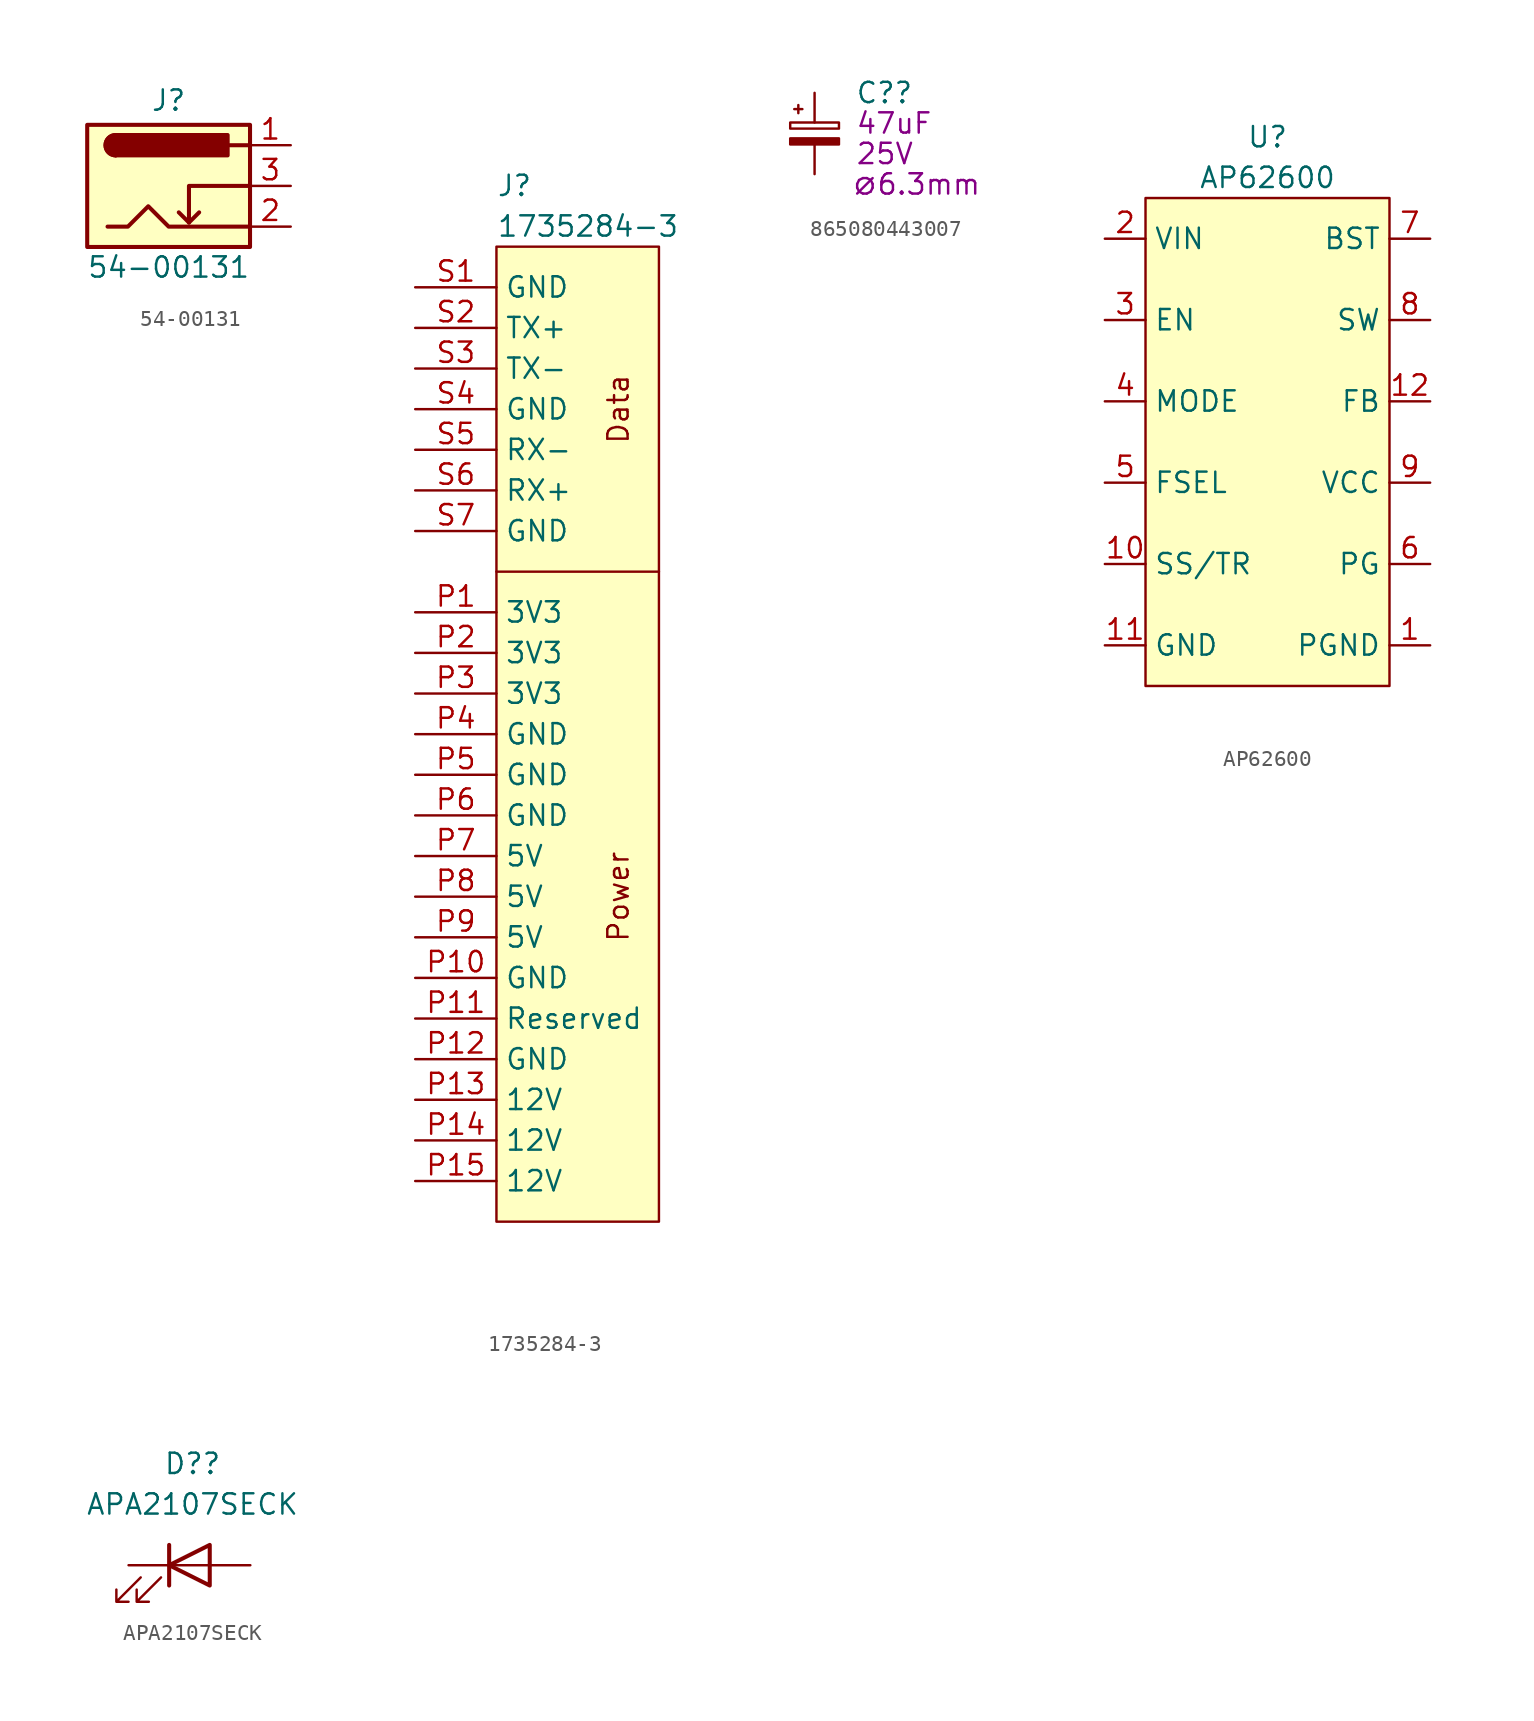
<source format=kicad_sym>
(kicad_symbol_lib
  (version 20201005)
  (generator kicad_symbol_editor)
  (symbol "PintryParts-Symbols:54-00131"
    (pin_names hide)
    (property "Reference" "J"
      (at 0 5.334 0)
      (effects (font (size 1.27 1.27))))
    (property "Value" "54-00131"
      (at 0 -5.08 0)
      (effects (font (size 1.27 1.27))))
    (symbol "54-00131_0_1"
      (arc (start -3.302 3.175) (end -3.302 1.905) (radius (at -3.302 2.54) (length 0.635) (angles 90.1 -90.1)) (stroke (width 0.254)) (fill (type none)))
      (arc (start -3.302 3.175) (end -3.302 1.905) (radius (at -3.302 2.54) (length 0.635) (angles 90.1 -90.1)) (stroke (width 0.254)) (fill (type outline)))
      (rectangle (start 3.683 3.175) (end -3.302 1.905) (stroke (width 0.254)) (fill (type outline)))
      (rectangle (start -5.08 3.81) (end 5.08 -3.81) (stroke (width 0.254)) (fill (type background)))
      (polyline (pts (xy 1.27 -2.286) (xy 1.905 -1.651)) (stroke (width 0.254)) (fill (type none)))
      (polyline (pts (xy 5.08 2.54) (xy 3.81 2.54)) (stroke (width 0.254)) (fill (type none)))
      (polyline (pts (xy 5.08 0) (xy 1.27 0) (xy 1.27 -2.286) (xy 0.635 -1.651)) (stroke (width 0.254)) (fill (type none)))
      (polyline (pts (xy -3.81 -2.54) (xy -2.54 -2.54) (xy -1.27 -1.27) (xy 0 -2.54) (xy 2.54 -2.54) (xy 5.08 -2.54)) (stroke (width 0.254)) (fill (type none))))
    (symbol "54-00131_1_1"
      (pin passive line (at 7.62 2.54 180) (length 2.54) (name "A" (effects (font (size 1.27 1.27)))) (number "1" (effects (font (size 1.27 1.27)))))
      (pin passive line (at 7.62 -2.54 180) (length 2.54) (name "B" (effects (font (size 1.27 1.27)))) (number "2" (effects (font (size 1.27 1.27)))))
      (pin passive line (at 7.62 0 180) (length 2.54) (name "C" (effects (font (size 1.27 1.27)))) (number "3" (effects (font (size 1.27 1.27)))))))
  (symbol "PintryParts-Symbols:1735284-3"
    (property "Reference" "J"
      (at 0 3.81 0)
      (effects (font (size 1.27 1.27)) (justify left)))
    (property "Value" "1735284-3"
      (at 0 1.27 0)
      (effects (font (size 1.27 1.27)) (justify left)))
    (symbol "1735284-3_0_0"
      (text "Data" (at 7.62 -10.16 900) (effects (font (size 1.27 1.27))))
      (text "Power" (at 7.62 -40.64 900) (effects (font (size 1.27 1.27))))
      (pin power_in line (at -5.08 -22.86 0) (length 5.08) (name "3V3" (effects (font (size 1.27 1.27)))) (number "P1" (effects (font (size 1.27 1.27)))))
      (pin power_in line (at -5.08 -45.72 0) (length 5.08) (name "GND" (effects (font (size 1.27 1.27)))) (number "P10" (effects (font (size 1.27 1.27)))))
      (pin input line (at -5.08 -48.26 0) (length 5.08) (name "Reserved" (effects (font (size 1.27 1.27)))) (number "P11" (effects (font (size 1.27 1.27)))))
      (pin power_in line (at -5.08 -50.8 0) (length 5.08) (name "GND" (effects (font (size 1.27 1.27)))) (number "P12" (effects (font (size 1.27 1.27)))))
      (pin power_in line (at -5.08 -53.34 0) (length 5.08) (name "12V" (effects (font (size 1.27 1.27)))) (number "P13" (effects (font (size 1.27 1.27)))))
      (pin power_in line (at -5.08 -55.88 0) (length 5.08) (name "12V" (effects (font (size 1.27 1.27)))) (number "P14" (effects (font (size 1.27 1.27)))))
      (pin power_in line (at -5.08 -58.42 0) (length 5.08) (name "12V" (effects (font (size 1.27 1.27)))) (number "P15" (effects (font (size 1.27 1.27)))))
      (pin power_in line (at -5.08 -25.4 0) (length 5.08) (name "3V3" (effects (font (size 1.27 1.27)))) (number "P2" (effects (font (size 1.27 1.27)))))
      (pin power_in line (at -5.08 -27.94 0) (length 5.08) (name "3V3" (effects (font (size 1.27 1.27)))) (number "P3" (effects (font (size 1.27 1.27)))))
      (pin power_in line (at -5.08 -30.48 0) (length 5.08) (name "GND" (effects (font (size 1.27 1.27)))) (number "P4" (effects (font (size 1.27 1.27)))))
      (pin power_in line (at -5.08 -33.02 0) (length 5.08) (name "GND" (effects (font (size 1.27 1.27)))) (number "P5" (effects (font (size 1.27 1.27)))))
      (pin power_in line (at -5.08 -35.56 0) (length 5.08) (name "GND" (effects (font (size 1.27 1.27)))) (number "P6" (effects (font (size 1.27 1.27)))))
      (pin power_in line (at -5.08 -38.1 0) (length 5.08) (name "5V" (effects (font (size 1.27 1.27)))) (number "P7" (effects (font (size 1.27 1.27)))))
      (pin power_in line (at -5.08 -40.64 0) (length 5.08) (name "5V" (effects (font (size 1.27 1.27)))) (number "P8" (effects (font (size 1.27 1.27)))))
      (pin power_in line (at -5.08 -43.18 0) (length 5.08) (name "5V" (effects (font (size 1.27 1.27)))) (number "P9" (effects (font (size 1.27 1.27)))))
      (pin power_in line (at -5.08 -2.54 0) (length 5.08) (name "GND" (effects (font (size 1.27 1.27)))) (number "S1" (effects (font (size 1.27 1.27)))))
      (pin output line (at -5.08 -5.08 0) (length 5.08) (name "TX+" (effects (font (size 1.27 1.27)))) (number "S2" (effects (font (size 1.27 1.27)))))
      (pin output line (at -5.08 -7.62 0) (length 5.08) (name "TX-" (effects (font (size 1.27 1.27)))) (number "S3" (effects (font (size 1.27 1.27)))))
      (pin power_in line (at -5.08 -10.16 0) (length 5.08) (name "GND" (effects (font (size 1.27 1.27)))) (number "S4" (effects (font (size 1.27 1.27)))))
      (pin input line (at -5.08 -12.7 0) (length 5.08) (name "RX-" (effects (font (size 1.27 1.27)))) (number "S5" (effects (font (size 1.27 1.27)))))
      (pin input line (at -5.08 -15.24 0) (length 5.08) (name "RX+" (effects (font (size 1.27 1.27)))) (number "S6" (effects (font (size 1.27 1.27)))))
      (pin power_in line (at -5.08 -17.78 0) (length 5.08) (name "GND" (effects (font (size 1.27 1.27)))) (number "S7" (effects (font (size 1.27 1.27))))))
    (symbol "1735284-3_0_1"
      (rectangle (start 0 0) (end 10.16 -60.96) (stroke (width 0.152)) (fill (type background)))
      (polyline (pts (xy 10.16 -20.32) (xy 0 -20.32)) (stroke (width 0.152)) (fill (type none)))))
  (symbol "PintryParts-Symbols:865080443007"
    (pin_numbers hide)
    (pin_names
      (offset 0.254) hide)
    (property "Reference" "C?"
      (at 2.54 2.54 0)
      (effects (font (size 1.27 1.27)) (justify left)))
    (property "Voltage" "25V"
      (at 2.54 -1.27 0)
      (effects (font (size 1.27 1.27)) (justify left)))
    (property "Capacitance" "47uF"
      (at 2.54 0.635 0)
      (effects (font (size 1.27 1.27)) (justify left)))
    (property "Diameter" "⌀6.3mm"
      (at 6.35 -3.175 0)
      (effects (font (size 1.27 1.27))))
    (symbol "865080443007_0_1"
      (rectangle (start -1.524 0.686) (end 1.524 0.305) (stroke (width 0)) (fill (type none)))
      (rectangle (start -1.524 -0.305) (end 1.524 -0.686) (stroke (width 0)) (fill (type outline)))
      (polyline (pts (xy -1.27 1.524) (xy -0.762 1.524)) (stroke (width 0)) (fill (type none)))
      (polyline (pts (xy -1.016 1.27) (xy -1.016 1.778)) (stroke (width 0)) (fill (type none))))
    (symbol "865080443007_1_1"
      (pin passive line (at 0 2.54 270) (length 1.854) (name "~" (effects (font (size 1.27 1.27)))) (number "1" (effects (font (size 1.27 1.27)))))
      (pin passive line (at 0 -2.54 90) (length 1.854) (name "~" (effects (font (size 1.27 1.27)))) (number "2" (effects (font (size 1.27 1.27)))))))
  (symbol "PintryParts-Symbols:AP62600"
    (property "Reference" "U"
      (at 0 19.05 0)
      (effects (font (size 1.27 1.27))))
    (property "Value" "AP62600"
      (at 0 16.51 0)
      (effects (font (size 1.27 1.27))))
    (symbol "AP62600_0_0"
      (pin power_in line (at 10.16 -12.7 180) (length 2.54) (name "PGND" (effects (font (size 1.27 1.27)))) (number "1" (effects (font (size 1.27 1.27)))))
      (pin passive line (at -10.16 -7.62 0) (length 2.54) (name "SS/TR" (effects (font (size 1.27 1.27)))) (number "10" (effects (font (size 1.27 1.27)))))
      (pin input line (at -10.16 12.7 0) (length 2.54) (name "VIN" (effects (font (size 1.27 1.27)))) (number "2" (effects (font (size 1.27 1.27)))))
      (pin input line (at -10.16 7.62 0) (length 2.54) (name "EN" (effects (font (size 1.27 1.27)))) (number "3" (effects (font (size 1.27 1.27)))))
      (pin input line (at -10.16 2.54 0) (length 2.54) (name "MODE" (effects (font (size 1.27 1.27)))) (number "4" (effects (font (size 1.27 1.27)))))
      (pin passive line (at -10.16 -2.54 0) (length 2.54) (name "FSEL" (effects (font (size 1.27 1.27)))) (number "5" (effects (font (size 1.27 1.27)))))
      (pin open_collector line (at 10.16 -7.62 180) (length 2.54) (name "PG" (effects (font (size 1.27 1.27)))) (number "6" (effects (font (size 1.27 1.27)))))
      (pin passive line (at 10.16 12.7 180) (length 2.54) (name "BST" (effects (font (size 1.27 1.27)))) (number "7" (effects (font (size 1.27 1.27)))))
      (pin output line (at 10.16 7.62 180) (length 2.54) (name "SW" (effects (font (size 1.27 1.27)))) (number "8" (effects (font (size 1.27 1.27)))))
      (pin power_out line (at 10.16 -2.54 180) (length 2.54) (name "VCC" (effects (font (size 1.27 1.27)))) (number "9" (effects (font (size 1.27 1.27))))))
    (symbol "AP62600_0_1"
      (rectangle (start -7.62 15.24) (end 7.62 -15.24) (stroke (width 0.152)) (fill (type background))))
    (symbol "AP62600_1_1"
      (pin power_in line (at -10.16 -12.7 0) (length 2.54) (name "GND" (effects (font (size 1.27 1.27)))) (number "11" (effects (font (size 1.27 1.27)))))
      (pin passive line (at 10.16 2.54 180) (length 2.54) (name "FB" (effects (font (size 1.27 1.27)))) (number "12" (effects (font (size 1.27 1.27)))))))
  (symbol "PintryParts-Symbols:APA2107SECK"
    (pin_numbers hide)
    (pin_names
      (offset 1.016) hide)
    (property "Reference" "D?"
      (at 0.191 6.35 0)
      (effects (font (size 1.27 1.27))))
    (property "Value" "APA2107SECK"
      (at 0.191 3.81 0)
      (effects (font (size 1.27 1.27))))
    (symbol "APA2107SECK_0_1"
      (polyline (pts (xy -1.27 -1.27) (xy -1.27 1.27)) (stroke (width 0.254)) (fill (type none)))
      (polyline (pts (xy -1.27 0) (xy 1.27 0)) (stroke (width 0)) (fill (type none)))
      (polyline (pts (xy 1.27 -1.27) (xy 1.27 1.27) (xy -1.27 0) (xy 1.27 -1.27)) (stroke (width 0.254)) (fill (type none)))
      (polyline (pts (xy -3.048 -0.762) (xy -4.572 -2.286) (xy -3.81 -2.286) (xy -4.572 -2.286) (xy -4.572 -1.524)) (stroke (width 0)) (fill (type none)))
      (polyline (pts (xy -1.778 -0.762) (xy -3.302 -2.286) (xy -2.54 -2.286) (xy -3.302 -2.286) (xy -3.302 -1.524)) (stroke (width 0)) (fill (type none))))
    (symbol "APA2107SECK_1_1"
      (pin passive line (at -3.81 0 0) (length 2.54) (name "K" (effects (font (size 1.27 1.27)))) (number "1" (effects (font (size 1.27 1.27)))))
      (pin passive line (at 3.81 0 180) (length 2.54) (name "A" (effects (font (size 1.27 1.27)))) (number "2" (effects (font (size 1.27 1.27))))))))
</source>
